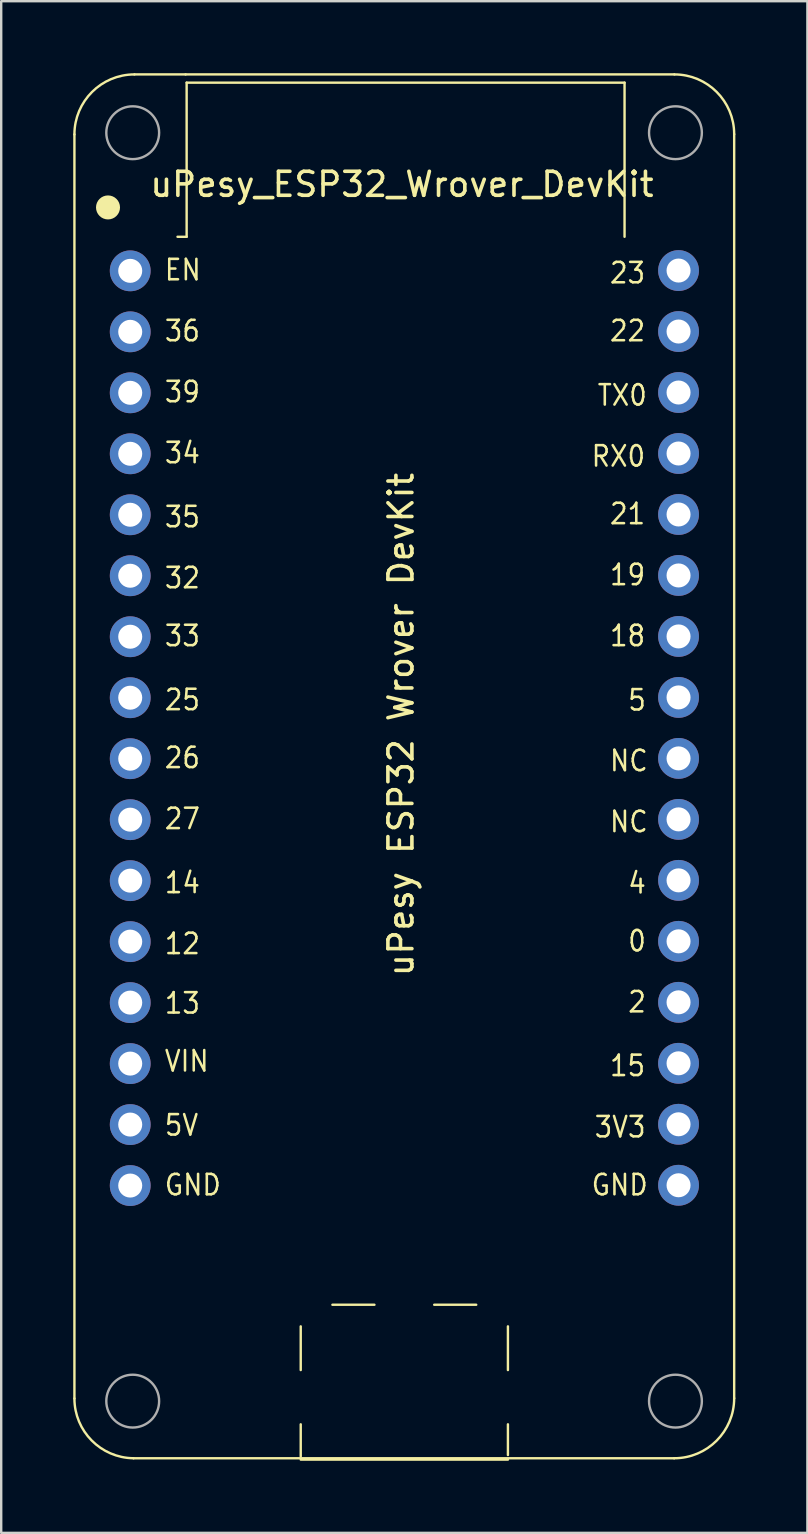
<source format=kicad_pcb>
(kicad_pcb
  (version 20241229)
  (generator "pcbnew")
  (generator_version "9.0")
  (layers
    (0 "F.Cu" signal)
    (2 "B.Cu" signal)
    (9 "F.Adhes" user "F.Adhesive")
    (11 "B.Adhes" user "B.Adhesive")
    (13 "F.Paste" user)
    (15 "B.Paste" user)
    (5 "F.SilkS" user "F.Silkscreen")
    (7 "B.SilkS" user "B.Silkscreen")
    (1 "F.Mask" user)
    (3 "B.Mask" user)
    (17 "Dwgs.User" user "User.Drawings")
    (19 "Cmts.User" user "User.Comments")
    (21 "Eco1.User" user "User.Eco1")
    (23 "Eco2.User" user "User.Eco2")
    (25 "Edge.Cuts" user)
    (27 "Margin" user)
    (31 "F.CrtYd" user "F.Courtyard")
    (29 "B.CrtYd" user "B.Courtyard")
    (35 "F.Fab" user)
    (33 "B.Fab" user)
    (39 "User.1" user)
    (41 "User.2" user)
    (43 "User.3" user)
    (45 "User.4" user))
  (footprint "uPesy_ESP32_Wrover_DevKit"
    (layer "F.Cu")
    (at 13.652 27.129)
    (property "Reference" "uPesy_ESP32_Wrover_DevKit" (at 0.04 -22.5 0) (layer "F.SilkS") (effects (font (size 1 1) (thickness 0.15))))
    (attr through_hole)
    (fp_line (start -13.602 28.071) (end -13.602 -24.579) (stroke (width 0.1) (type solid)) (layer "F.SilkS"))
    (fp_line (start -8.972 -27.079) (end -11.102 -27.079) (stroke (width 0.1) (type solid)) (layer "F.SilkS"))
    (fp_line (start -8.972 -27.079) (end 11.388 -27.079) (stroke (width 0.1) (type solid)) (layer "F.SilkS"))
    (fp_line (start -8.928 -26.736) (end -8.928 -20.317) (stroke (width 0.1) (type solid)) (layer "F.SilkS"))
    (fp_line (start -8.928 -26.736) (end 9.312 -26.736) (stroke (width 0.1) (type solid)) (layer "F.SilkS"))
    (fp_line (start -8.928 -20.317) (end -9.308 -20.317) (stroke (width 0.1) (type solid)) (layer "F.SilkS"))
    (fp_line (start -4.176 26.887) (end -4.176 25.067) (stroke (width 0.1) (type solid)) (layer "F.SilkS"))
    (fp_line (start -4.176 30.487) (end -4.176 29.147) (stroke (width 0.1) (type solid)) (layer "F.SilkS"))
    (fp_line (start -2.856 24.167) (end -1.106 24.167) (stroke (width 0.1) (type solid)) (layer "F.SilkS"))
    (fp_line (start 1.384 24.167) (end 3.134 24.167) (stroke (width 0.1) (type solid)) (layer "F.SilkS"))
    (fp_line (start 4.454 26.887) (end 4.454 25.067) (stroke (width 0.1) (type solid)) (layer "F.SilkS"))
    (fp_line (start 4.454 30.427) (end 4.454 29.147) (stroke (width 0.1) (type solid)) (layer "F.SilkS"))
    (fp_line (start 4.454 30.617) (end -4.176 30.617) (stroke (width 0.1) (type solid)) (layer "F.SilkS"))
    (fp_line (start 9.312 -26.736) (end 9.312 -20.317) (stroke (width 0.1) (type solid)) (layer "F.SilkS"))
    (fp_line (start 11.378 30.561) (end -11.142 30.561) (stroke (width 0.1) (type solid)) (layer "F.SilkS"))
    (fp_line (start 13.878 -24.589) (end 13.878 28.061) (stroke (width 0.1) (type solid)) (layer "F.SilkS"))
    (fp_arc (start -13.602 -24.5794) (mid -12.869767 -26.347167) (end -11.102 -27.0794) (stroke (width 0.1) (type solid)) (layer "F.SilkS"))
    (fp_arc (start -11.141986 30.56042) (mid -12.883266 29.820663) (end -13.602001 28.0706) (stroke (width 0.1) (type solid)) (layer "F.SilkS"))
    (fp_arc (start 11.388 -27.0794) (mid 13.148696 -26.350096) (end 13.878 -24.5894) (stroke (width 0.1) (type solid)) (layer "F.SilkS"))
    (fp_arc (start 13.878 28.0606) (mid 13.145767 29.828367) (end 11.378 30.5606) (stroke (width 0.1) (type solid)) (layer "F.SilkS"))
    (fp_circle (center -12.203 -21.539) (end -11.953 -21.539) (stroke (width 0.5) (type solid)) (fill no) (layer "F.SilkS"))
    (fp_circle (center -11.174 -24.651) (end -10.074 -24.651) (stroke (width 0.1) (type solid)) (fill no) (layer "F.Fab"))
    (fp_circle (center -11.174 28.181) (end -10.074 28.181) (stroke (width 0.1) (type solid)) (fill no) (layer "F.Fab"))
    (fp_circle (center 11.432 -24.651) (end 12.532 -24.651) (stroke (width 0.1) (type solid)) (fill no) (layer "F.Fab"))
    (fp_circle (center 11.432 28.181) (end 12.532 28.181) (stroke (width 0.1) (type solid)) (fill no) (layer "F.Fab"))
    (fp_text user "33" (at -9.904 -3.696 0) (layer "F.SilkS") (effects (font (size 0.85 0.765) (thickness 0.106)) (justify left)))
    (fp_text user "26" (at -9.904 1.384 0) (layer "F.SilkS") (effects (font (size 0.85 0.765) (thickness 0.106)) (justify left)))
    (fp_text user "EN" (at -9.904 -18.936 0) (layer "F.SilkS") (effects (font (size 0.85 0.765) (thickness 0.106)) (justify left)))
    (fp_text user "34" (at -9.904 -11.316 0) (layer "F.SilkS") (effects (font (size 0.85 0.765) (thickness 0.106)) (justify left)))
    (fp_text user "22" (at 8.638 -16.396 180) (layer "F.SilkS") (effects (font (size 0.85 0.765) (thickness 0.106)) (justify left)))
    (fp_text user "NC" (at 8.638 4.051 180) (layer "F.SilkS") (effects (font (size 0.85 0.765) (thickness 0.106)) (justify left)))
    (fp_text user "21" (at 8.638 -8.776 180) (layer "F.SilkS") (effects (font (size 0.85 0.765) (thickness 0.106)) (justify left)))
    (fp_text user "0" (at 9.398 9.017 180) (layer "F.SilkS") (effects (font (size 0.85 0.765) (thickness 0.106)) (justify left)))
    (fp_text user "27" (at -9.904 3.924 0) (layer "F.SilkS") (effects (font (size 0.85 0.765) (thickness 0.106)) (justify left)))
    (fp_text user "2" (at 9.398 11.557 180) (layer "F.SilkS") (effects (font (size 0.85 0.765) (thickness 0.106)) (justify left)))
    (fp_text user "5V" (at -9.904 16.688 0) (layer "F.SilkS") (effects (font (size 0.85 0.765) (thickness 0.106)) (justify left)))
    (fp_text user "15" (at 8.638 14.211 180) (layer "F.SilkS") (effects (font (size 0.85 0.765) (thickness 0.106)) (justify left)))
    (fp_text user "VIN" (at -9.904 14.02 0) (layer "F.SilkS") (effects (font (size 0.85 0.765) (thickness 0.106)) (justify left)))
    (fp_text user "12" (at -9.904 9.131 0) (layer "F.SilkS") (effects (font (size 0.85 0.765) (thickness 0.106)) (justify left)))
    (fp_text user "GND" (at 7.874 19.177 180) (layer "F.SilkS") (effects (font (size 0.85 0.765) (thickness 0.106)) (justify left)))
    (fp_text user "GND" (at -9.906 19.177 180) (layer "F.SilkS") (effects (font (size 0.85 0.765) (thickness 0.106)) (justify left)))
    (fp_text user "NC" (at 8.638 1.511 180) (layer "F.SilkS") (effects (font (size 0.85 0.765) (thickness 0.106)) (justify left)))
    (fp_text user "32" (at -9.904 -6.109 0) (layer "F.SilkS") (effects (font (size 0.85 0.765) (thickness 0.106)) (justify left)))
    (fp_text user "19" (at 8.638 -6.236 180) (layer "F.SilkS") (effects (font (size 0.85 0.765) (thickness 0.106)) (justify left)))
    (fp_text user "25" (at -9.904 -1.029 0) (layer "F.SilkS") (effects (font (size 0.85 0.765) (thickness 0.106)) (justify left)))
    (fp_text user "23" (at 8.638 -18.809 180) (layer "F.SilkS") (effects (font (size 0.85 0.765) (thickness 0.106)) (justify left)))
    (fp_text user "TX0" (at 8.128 -13.716 180) (layer "F.SilkS") (effects (font (size 0.85 0.765) (thickness 0.106)) (justify left)))
    (fp_text user "36" (at -9.904 -16.396 0) (layer "F.SilkS") (effects (font (size 0.85 0.765) (thickness 0.106)) (justify left)))
    (fp_text user "39" (at -9.904 -13.856 0) (layer "F.SilkS") (effects (font (size 0.85 0.765) (thickness 0.106)) (justify left)))
    (fp_text user "5" (at 9.398 -1.016 180) (layer "F.SilkS") (effects (font (size 0.85 0.765) (thickness 0.106)) (justify left)))
    (fp_text user "RX0" (at 7.874 -11.176 180) (layer "F.SilkS") (effects (font (size 0.85 0.765) (thickness 0.106)) (justify left)))
    (fp_text user "13" (at -9.904 11.607 0) (layer "F.SilkS") (effects (font (size 0.85 0.765) (thickness 0.106)) (justify left)))
    (fp_text user "14" (at -9.904 6.591 0) (layer "F.SilkS") (effects (font (size 0.85 0.765) (thickness 0.106)) (justify left)))
    (fp_text user "uPesy ESP32 Wrover DevKit" (at 0 0 270) (layer "F.SilkS") (effects (font (size 1 1) (thickness 0.15))))
    (fp_text user "4" (at 9.398 6.604 180) (layer "F.SilkS") (effects (font (size 0.85 0.765) (thickness 0.106)) (justify left)))
    (fp_text user "35" (at -9.904 -8.649 0) (layer "F.SilkS") (effects (font (size 0.85 0.765) (thickness 0.106)) (justify left)))
    (fp_text user "18" (at 8.638 -3.696 180) (layer "F.SilkS") (effects (font (size 0.85 0.765) (thickness 0.106)) (justify left)))
    (fp_text user "3V3" (at 8.001 16.764 180) (layer "F.SilkS") (effects (font (size 0.85 0.765) (thickness 0.106)) (justify left)))
    (pad "1" thru_hole circle (at -11.278 -18.898 270) (size 1.7 1.7) (drill 1) (layers "*.Cu" "*.Mask"))
    (pad "2" thru_hole circle (at -11.278 -16.358 270) (size 1.7 1.7) (drill 1) (layers "*.Cu" "*.Mask"))
    (pad "3" thru_hole circle (at -11.278 -13.818 270) (size 1.7 1.7) (drill 1) (layers "*.Cu" "*.Mask"))
    (pad "4" thru_hole circle (at -11.278 -11.278 270) (size 1.7 1.7) (drill 1) (layers "*.Cu" "*.Mask"))
    (pad "5" thru_hole circle (at -11.278 -8.738 270) (size 1.7 1.7) (drill 1) (layers "*.Cu" "*.Mask"))
    (pad "6" thru_hole circle (at -11.278 -6.198 270) (size 1.7 1.7) (drill 1) (layers "*.Cu" "*.Mask"))
    (pad "7" thru_hole circle (at -11.278 -3.658 270) (size 1.7 1.7) (drill 1) (layers "*.Cu" "*.Mask"))
    (pad "8" thru_hole circle (at -11.278 -1.118 270) (size 1.7 1.7) (drill 1) (layers "*.Cu" "*.Mask"))
    (pad "9" thru_hole circle (at -11.278 1.422 270) (size 1.7 1.7) (drill 1) (layers "*.Cu" "*.Mask"))
    (pad "10" thru_hole circle (at -11.278 3.962 270) (size 1.7 1.7) (drill 1) (layers "*.Cu" "*.Mask"))
    (pad "11" thru_hole circle (at -11.278 6.502 270) (size 1.7 1.7) (drill 1) (layers "*.Cu" "*.Mask"))
    (pad "12" thru_hole circle (at -11.278 9.042 270) (size 1.7 1.7) (drill 1) (layers "*.Cu" "*.Mask"))
    (pad "13" thru_hole circle (at -11.278 11.582 270) (size 1.7 1.7) (drill 1) (layers "*.Cu" "*.Mask"))
    (pad "14" thru_hole circle (at -11.278 14.122 270) (size 1.7 1.7) (drill 1) (layers "*.Cu" "*.Mask"))
    (pad "15" thru_hole circle (at -11.278 16.662 270) (size 1.7 1.7) (drill 1) (layers "*.Cu" "*.Mask"))
    (pad "16" thru_hole circle (at -11.278 19.202 270) (size 1.7 1.7) (drill 1) (layers "*.Cu" "*.Mask"))
    (pad "17" thru_hole circle (at 11.561 -18.91 90) (size 1.7 1.7) (drill 1) (layers "*.Cu" "*.Mask"))
    (pad "18" thru_hole circle (at 11.561 -16.37 90) (size 1.7 1.7) (drill 1) (layers "*.Cu" "*.Mask"))
    (pad "19" thru_hole circle (at 11.561 -13.83 90) (size 1.7 1.7) (drill 1) (layers "*.Cu" "*.Mask"))
    (pad "20" thru_hole circle (at 11.561 -11.29 90) (size 1.7 1.7) (drill 1) (layers "*.Cu" "*.Mask"))
    (pad "21" thru_hole circle (at 11.561 -8.75 90) (size 1.7 1.7) (drill 1) (layers "*.Cu" "*.Mask"))
    (pad "22" thru_hole circle (at 11.561 -6.21 90) (size 1.7 1.7) (drill 1) (layers "*.Cu" "*.Mask"))
    (pad "23" thru_hole circle (at 11.561 -3.67 90) (size 1.7 1.7) (drill 1) (layers "*.Cu" "*.Mask"))
    (pad "24" thru_hole circle (at 11.561 -1.13 90) (size 1.7 1.7) (drill 1) (layers "*.Cu" "*.Mask"))
    (pad "25" thru_hole circle (at 11.561 1.41 90) (size 1.7 1.7) (drill 1) (layers "*.Cu" "*.Mask"))
    (pad "26" thru_hole circle (at 11.561 3.95 90) (size 1.7 1.7) (drill 1) (layers "*.Cu" "*.Mask"))
    (pad "27" thru_hole circle (at 11.561 6.49 90) (size 1.7 1.7) (drill 1) (layers "*.Cu" "*.Mask"))
    (pad "28" thru_hole circle (at 11.561 9.03 90) (size 1.7 1.7) (drill 1) (layers "*.Cu" "*.Mask"))
    (pad "29" thru_hole circle (at 11.561 11.57 90) (size 1.7 1.7) (drill 1) (layers "*.Cu" "*.Mask"))
    (pad "30" thru_hole circle (at 11.561 14.11 90) (size 1.7 1.7) (drill 1) (layers "*.Cu" "*.Mask"))
    (pad "31" thru_hole circle (at 11.561 16.65 90) (size 1.7 1.7) (drill 1) (layers "*.Cu" "*.Mask"))
    (pad "32" thru_hole circle (at 11.561 19.19 90) (size 1.7 1.7) (drill 1) (layers "*.Cu" "*.Mask")))
  (gr_rect
    (start -3 -3)
    (end 30.58 60.797)
    (stroke (width 0.1) (type default))
    (fill no)
    (layer "Edge.Cuts")))
</source>
